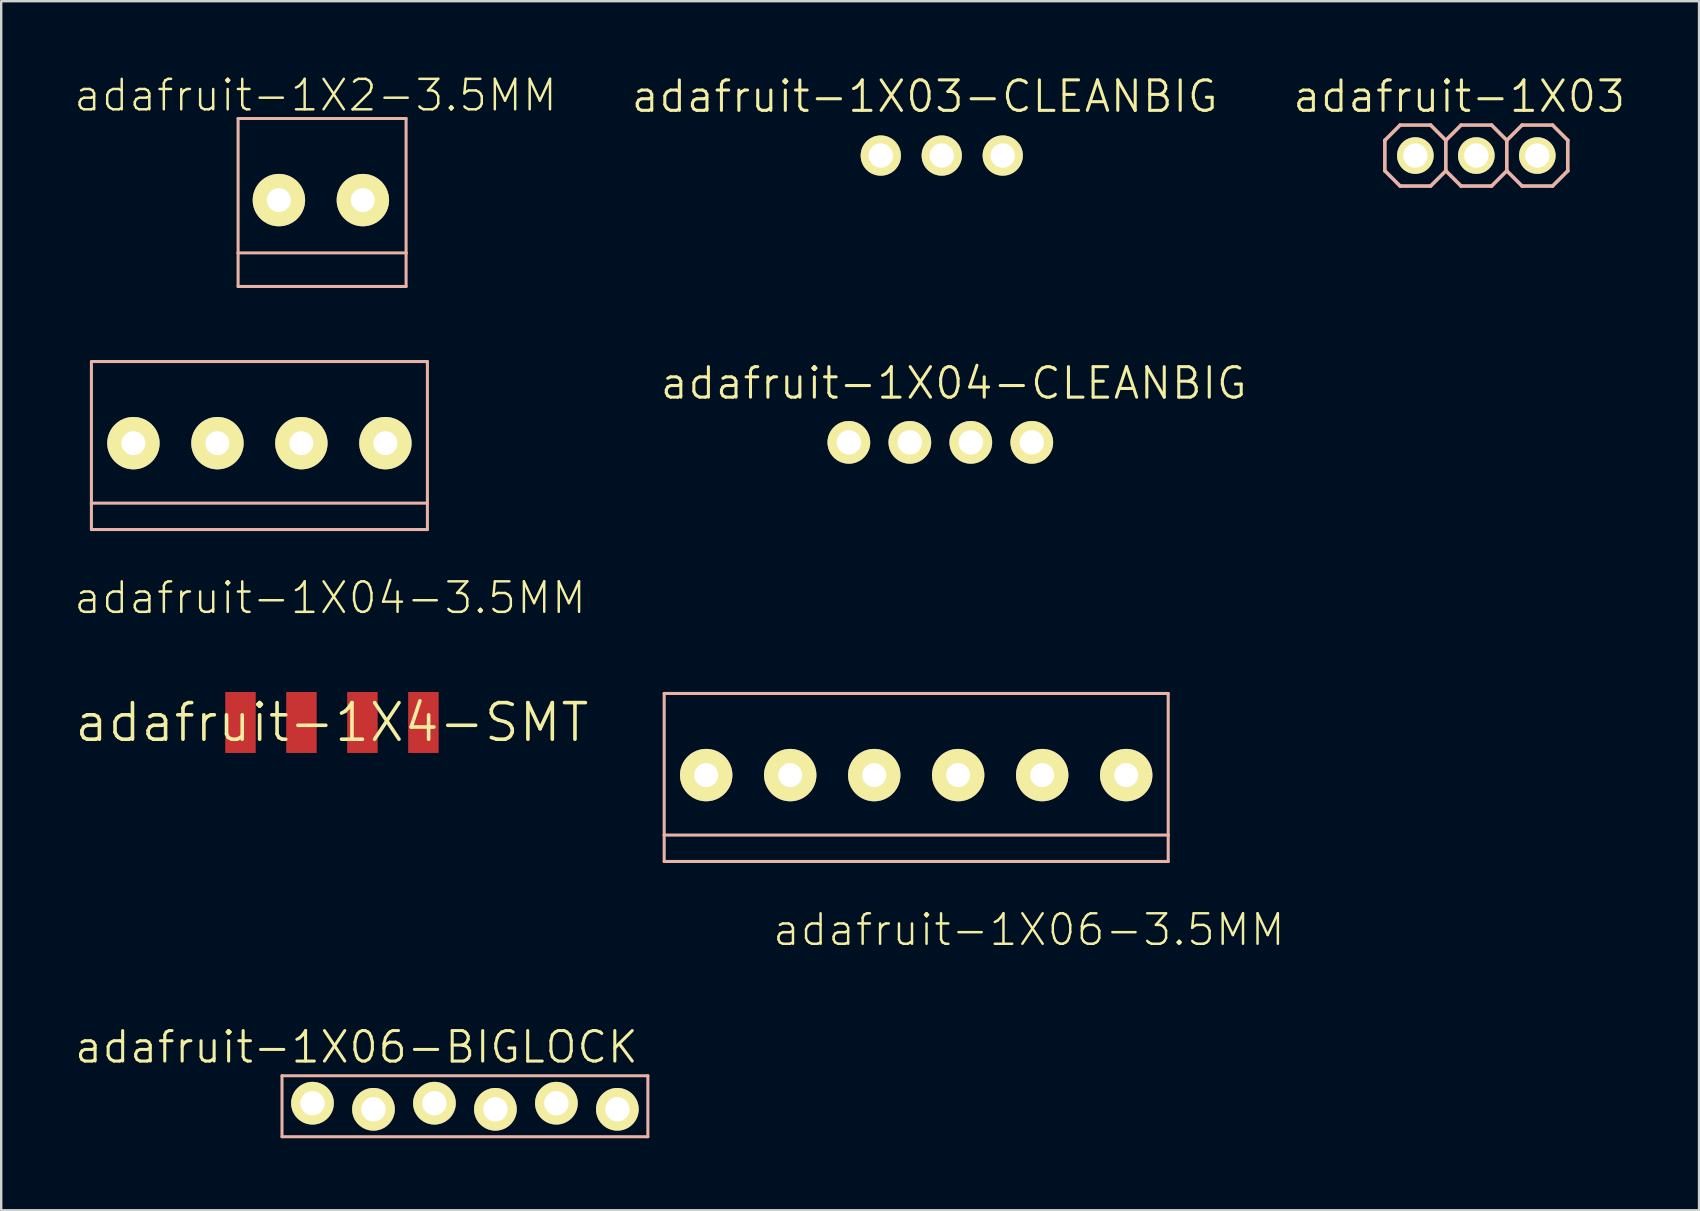
<source format=kicad_pcb>
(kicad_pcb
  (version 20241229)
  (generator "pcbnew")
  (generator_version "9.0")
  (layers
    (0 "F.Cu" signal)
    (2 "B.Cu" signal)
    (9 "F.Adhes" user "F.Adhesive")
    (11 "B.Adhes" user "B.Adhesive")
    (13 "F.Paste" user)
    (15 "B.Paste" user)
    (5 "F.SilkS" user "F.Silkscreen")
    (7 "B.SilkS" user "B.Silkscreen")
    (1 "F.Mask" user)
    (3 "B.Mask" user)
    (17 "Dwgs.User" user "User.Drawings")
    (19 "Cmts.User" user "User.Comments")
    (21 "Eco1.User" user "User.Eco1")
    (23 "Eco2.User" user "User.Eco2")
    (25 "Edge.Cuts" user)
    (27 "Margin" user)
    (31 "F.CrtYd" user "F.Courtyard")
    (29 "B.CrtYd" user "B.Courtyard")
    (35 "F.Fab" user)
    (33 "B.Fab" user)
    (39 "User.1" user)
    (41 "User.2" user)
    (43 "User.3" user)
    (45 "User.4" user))
  (footprint "adafruit-1X06-3.5MM"
    (layer "F.Cu")
    (at 35.115 29.237)
    (property "Reference" "adafruit-1X06-3.5MM" (at 4.694 6.444 180) (layer "F.SilkS") (effects (font (size 1.27 1.27) (thickness 0.102))))
    (attr exclude_from_pos_files exclude_from_bom)
    (fp_line (start -10.498 -3.399) (end -10.498 2.499) (stroke (width 0.127) (type solid)) (layer "B.SilkS"))
    (fp_line (start -10.498 2.499) (end -10.498 3.599) (stroke (width 0.127) (type solid)) (layer "B.SilkS"))
    (fp_line (start -10.498 2.499) (end 10.498 2.499) (stroke (width 0.127) (type solid)) (layer "B.SilkS"))
    (fp_line (start -10.498 3.599) (end 10.498 3.599) (stroke (width 0.127) (type solid)) (layer "B.SilkS"))
    (fp_line (start 10.498 -3.399) (end -10.498 -3.399) (stroke (width 0.127) (type solid)) (layer "B.SilkS"))
    (fp_line (start 10.498 2.499) (end 10.498 -3.399) (stroke (width 0.127) (type solid)) (layer "B.SilkS"))
    (fp_line (start 10.498 3.599) (end 10.498 2.499) (stroke (width 0.127) (type solid)) (layer "B.SilkS"))
    (pad "1" thru_hole circle (at -8.748 0) (size 2.182 2.182) (drill 0.998) (layers "*.Cu" "F.Mask" "F.SilkS" "F.Paste"))
    (pad "2" thru_hole circle (at -5.248 0) (size 2.182 2.182) (drill 0.998) (layers "*.Cu" "F.Mask" "F.SilkS" "F.Paste"))
    (pad "3" thru_hole circle (at -1.748 0) (size 2.182 2.182) (drill 0.998) (layers "*.Cu" "F.Mask" "F.SilkS" "F.Paste"))
    (pad "4" thru_hole circle (at 1.748 0) (size 2.182 2.182) (drill 0.998) (layers "*.Cu" "F.Mask" "F.SilkS" "F.Paste"))
    (pad "5" thru_hole circle (at 5.248 0) (size 2.182 2.182) (drill 0.998) (layers "*.Cu" "F.Mask" "F.SilkS" "F.Paste"))
    (pad "6" thru_hole circle (at 8.748 0) (size 2.182 2.182) (drill 0.998) (layers "*.Cu" "F.Mask" "F.SilkS" "F.Paste")))
  (footprint "adafruit-1X2-3.5MM"
    (layer "F.Cu")
    (at 10.267 5.285)
    (property "Reference" "adafruit-1X2-3.5MM" (at -0.173 -4.364 180) (layer "F.SilkS") (effects (font (size 1.27 1.27) (thickness 0.102))))
    (attr exclude_from_pos_files exclude_from_bom)
    (fp_line (start -3.399 -3.399) (end -3.399 2.2) (stroke (width 0.127) (type solid)) (layer "B.SilkS"))
    (fp_line (start -3.399 2.2) (end -3.399 3.599) (stroke (width 0.127) (type solid)) (layer "B.SilkS"))
    (fp_line (start -3.399 2.2) (end 3.599 2.2) (stroke (width 0.127) (type solid)) (layer "B.SilkS"))
    (fp_line (start -3.399 3.599) (end 3.599 3.599) (stroke (width 0.127) (type solid)) (layer "B.SilkS"))
    (fp_line (start 3.599 -3.399) (end -3.399 -3.399) (stroke (width 0.127) (type solid)) (layer "B.SilkS"))
    (fp_line (start 3.599 2.2) (end 3.599 -3.399) (stroke (width 0.127) (type solid)) (layer "B.SilkS"))
    (fp_line (start 3.599 3.599) (end 3.599 2.2) (stroke (width 0.127) (type solid)) (layer "B.SilkS"))
    (pad "1" thru_hole circle (at 1.798 0) (size 2.182 2.182) (drill 0.998) (layers "*.Cu" "F.Mask" "F.SilkS" "F.Paste"))
    (pad "2" thru_hole circle (at -1.699 0) (size 2.182 2.182) (drill 0.998) (layers "*.Cu" "F.Mask" "F.SilkS" "F.Paste")))
  (footprint "adafruit-1X03"
    (layer "F.Cu")
    (at 58.448 3.43)
    (property "Reference" "adafruit-1X03" (at -0.711 -2.464 0) (layer "F.SilkS") (effects (font (size 1.27 1.27) (thickness 0.127))))
    (attr exclude_from_pos_files exclude_from_bom)
    (fp_line (start -2.794 -0.254) (end -2.286 -0.254) (stroke (width 0.066) (type solid)) (layer "F.SilkS"))
    (fp_line (start -2.794 0.254) (end -2.794 -0.254) (stroke (width 0.066) (type solid)) (layer "F.SilkS"))
    (fp_line (start -2.794 0.254) (end -2.286 0.254) (stroke (width 0.066) (type solid)) (layer "F.SilkS"))
    (fp_line (start -2.286 0.254) (end -2.286 -0.254) (stroke (width 0.066) (type solid)) (layer "F.SilkS"))
    (fp_line (start -0.254 -0.254) (end 0.254 -0.254) (stroke (width 0.066) (type solid)) (layer "F.SilkS"))
    (fp_line (start -0.254 0.254) (end -0.254 -0.254) (stroke (width 0.066) (type solid)) (layer "F.SilkS"))
    (fp_line (start -0.254 0.254) (end 0.254 0.254) (stroke (width 0.066) (type solid)) (layer "F.SilkS"))
    (fp_line (start 0.254 0.254) (end 0.254 -0.254) (stroke (width 0.066) (type solid)) (layer "F.SilkS"))
    (fp_line (start 2.286 -0.254) (end 2.794 -0.254) (stroke (width 0.066) (type solid)) (layer "F.SilkS"))
    (fp_line (start 2.286 0.254) (end 2.286 -0.254) (stroke (width 0.066) (type solid)) (layer "F.SilkS"))
    (fp_line (start 2.286 0.254) (end 2.794 0.254) (stroke (width 0.066) (type solid)) (layer "F.SilkS"))
    (fp_line (start 2.794 0.254) (end 2.794 -0.254) (stroke (width 0.066) (type solid)) (layer "F.SilkS"))
    (fp_line (start -3.81 -0.635) (end -3.81 0.635) (stroke (width 0.152) (type solid)) (layer "B.SilkS"))
    (fp_line (start -3.81 0.635) (end -3.175 1.27) (stroke (width 0.152) (type solid)) (layer "B.SilkS"))
    (fp_line (start -3.175 -1.27) (end -3.81 -0.635) (stroke (width 0.152) (type solid)) (layer "B.SilkS"))
    (fp_line (start -3.175 -1.27) (end -1.905 -1.27) (stroke (width 0.152) (type solid)) (layer "B.SilkS"))
    (fp_line (start -1.905 -1.27) (end -1.27 -0.635) (stroke (width 0.152) (type solid)) (layer "B.SilkS"))
    (fp_line (start -1.905 1.27) (end -3.175 1.27) (stroke (width 0.152) (type solid)) (layer "B.SilkS"))
    (fp_line (start -1.27 -0.635) (end -1.27 0.635) (stroke (width 0.152) (type solid)) (layer "B.SilkS"))
    (fp_line (start -1.27 -0.635) (end -0.635 -1.27) (stroke (width 0.152) (type solid)) (layer "B.SilkS"))
    (fp_line (start -1.27 0.635) (end -1.905 1.27) (stroke (width 0.152) (type solid)) (layer "B.SilkS"))
    (fp_line (start -0.635 -1.27) (end 0.635 -1.27) (stroke (width 0.152) (type solid)) (layer "B.SilkS"))
    (fp_line (start -0.635 1.27) (end -1.27 0.635) (stroke (width 0.152) (type solid)) (layer "B.SilkS"))
    (fp_line (start 0.635 -1.27) (end 1.27 -0.635) (stroke (width 0.152) (type solid)) (layer "B.SilkS"))
    (fp_line (start 0.635 1.27) (end -0.635 1.27) (stroke (width 0.152) (type solid)) (layer "B.SilkS"))
    (fp_line (start 1.27 -0.635) (end 1.27 0.635) (stroke (width 0.152) (type solid)) (layer "B.SilkS"))
    (fp_line (start 1.27 -0.635) (end 1.905 -1.27) (stroke (width 0.152) (type solid)) (layer "B.SilkS"))
    (fp_line (start 1.27 0.635) (end 0.635 1.27) (stroke (width 0.152) (type solid)) (layer "B.SilkS"))
    (fp_line (start 1.905 -1.27) (end 3.175 -1.27) (stroke (width 0.152) (type solid)) (layer "B.SilkS"))
    (fp_line (start 1.905 1.27) (end 1.27 0.635) (stroke (width 0.152) (type solid)) (layer "B.SilkS"))
    (fp_line (start 3.175 -1.27) (end 3.81 -0.635) (stroke (width 0.152) (type solid)) (layer "B.SilkS"))
    (fp_line (start 3.175 1.27) (end 1.905 1.27) (stroke (width 0.152) (type solid)) (layer "B.SilkS"))
    (fp_line (start 3.81 -0.635) (end 3.81 0.635) (stroke (width 0.152) (type solid)) (layer "B.SilkS"))
    (fp_line (start 3.81 0.635) (end 3.175 1.27) (stroke (width 0.152) (type solid)) (layer "B.SilkS"))
    (pad "1" thru_hole circle (at -2.54 0) (size 1.524 1.524) (drill 1.016) (layers "*.Cu" "F.Mask" "F.SilkS" "F.Paste"))
    (pad "2" thru_hole circle (at 0 0) (size 1.524 1.524) (drill 1.016) (layers "*.Cu" "F.Mask" "F.SilkS" "F.Paste"))
    (pad "3" thru_hole circle (at 2.54 0) (size 1.524 1.524) (drill 1.016) (layers "*.Cu" "F.Mask" "F.SilkS" "F.Paste")))
  (footprint "adafruit-1X03-CLEANBIG"
    (layer "F.Cu")
    (at 36.18 3.43)
    (property "Reference" "adafruit-1X03-CLEANBIG" (at -0.711 -2.464 0) (layer "F.SilkS") (effects (font (size 1.27 1.27) (thickness 0.127))))
    (attr exclude_from_pos_files exclude_from_bom)
    (fp_line (start -2.794 -0.254) (end -2.286 -0.254) (stroke (width 0.066) (type solid)) (layer "F.SilkS"))
    (fp_line (start -2.794 0.254) (end -2.794 -0.254) (stroke (width 0.066) (type solid)) (layer "F.SilkS"))
    (fp_line (start -2.794 0.254) (end -2.286 0.254) (stroke (width 0.066) (type solid)) (layer "F.SilkS"))
    (fp_line (start -2.286 0.254) (end -2.286 -0.254) (stroke (width 0.066) (type solid)) (layer "F.SilkS"))
    (fp_line (start -0.254 -0.254) (end 0.254 -0.254) (stroke (width 0.066) (type solid)) (layer "F.SilkS"))
    (fp_line (start -0.254 0.254) (end -0.254 -0.254) (stroke (width 0.066) (type solid)) (layer "F.SilkS"))
    (fp_line (start -0.254 0.254) (end 0.254 0.254) (stroke (width 0.066) (type solid)) (layer "F.SilkS"))
    (fp_line (start 0.254 0.254) (end 0.254 -0.254) (stroke (width 0.066) (type solid)) (layer "F.SilkS"))
    (fp_line (start 2.286 -0.254) (end 2.794 -0.254) (stroke (width 0.066) (type solid)) (layer "F.SilkS"))
    (fp_line (start 2.286 0.254) (end 2.286 -0.254) (stroke (width 0.066) (type solid)) (layer "F.SilkS"))
    (fp_line (start 2.286 0.254) (end 2.794 0.254) (stroke (width 0.066) (type solid)) (layer "F.SilkS"))
    (fp_line (start 2.794 0.254) (end 2.794 -0.254) (stroke (width 0.066) (type solid)) (layer "F.SilkS"))
    (pad "1" thru_hole circle (at -2.54 0) (size 1.676 1.676) (drill 1.016) (layers "*.Cu" "F.Mask" "F.SilkS" "F.Paste"))
    (pad "2" thru_hole circle (at 0 0) (size 1.676 1.676) (drill 1.016) (layers "*.Cu" "F.Mask" "F.SilkS" "F.Paste"))
    (pad "3" thru_hole circle (at 2.54 0) (size 1.676 1.676) (drill 1.016) (layers "*.Cu" "F.Mask" "F.SilkS" "F.Paste")))
  (footprint "adafruit-1X4-SMT"
    (layer "F.Cu")
    (at 10.777 27.045)
    (property "Reference" "adafruit-1X4-SMT" (at 0 0 0) (layer "F.SilkS") (effects (font (size 1.524 1.524) (thickness 0.15))))
    (attr smd)
    (pad "1" smd rect (at -3.81 0) (size 1.27 2.54) (layers "F.Cu" "F.Mask" "F.Paste"))
    (pad "2" smd rect (at -1.27 0) (size 1.27 2.54) (layers "F.Cu" "F.Mask" "F.Paste"))
    (pad "3" smd rect (at 1.27 0) (size 1.27 2.54) (layers "F.Cu" "F.Mask" "F.Paste"))
    (pad "4" smd rect (at 3.81 0) (size 1.27 2.54) (layers "F.Cu" "F.Mask" "F.Paste")))
  (footprint "adafruit-1X04-CLEANBIG"
    (layer "F.Cu")
    (at 36.12 15.377)
    (property "Reference" "adafruit-1X04-CLEANBIG" (at 0.559 -2.464 0) (layer "F.SilkS") (effects (font (size 1.27 1.27) (thickness 0.127))))
    (attr exclude_from_pos_files exclude_from_bom)
    (fp_line (start -4.064 -0.254) (end -3.556 -0.254) (stroke (width 0.066) (type solid)) (layer "F.SilkS"))
    (fp_line (start -4.064 0.254) (end -4.064 -0.254) (stroke (width 0.066) (type solid)) (layer "F.SilkS"))
    (fp_line (start -4.064 0.254) (end -3.556 0.254) (stroke (width 0.066) (type solid)) (layer "F.SilkS"))
    (fp_line (start -3.556 0.254) (end -3.556 -0.254) (stroke (width 0.066) (type solid)) (layer "F.SilkS"))
    (fp_line (start -1.524 -0.254) (end -1.016 -0.254) (stroke (width 0.066) (type solid)) (layer "F.SilkS"))
    (fp_line (start -1.524 0.254) (end -1.524 -0.254) (stroke (width 0.066) (type solid)) (layer "F.SilkS"))
    (fp_line (start -1.524 0.254) (end -1.016 0.254) (stroke (width 0.066) (type solid)) (layer "F.SilkS"))
    (fp_line (start -1.016 0.254) (end -1.016 -0.254) (stroke (width 0.066) (type solid)) (layer "F.SilkS"))
    (fp_line (start 1.016 -0.254) (end 1.524 -0.254) (stroke (width 0.066) (type solid)) (layer "F.SilkS"))
    (fp_line (start 1.016 0.254) (end 1.016 -0.254) (stroke (width 0.066) (type solid)) (layer "F.SilkS"))
    (fp_line (start 1.016 0.254) (end 1.524 0.254) (stroke (width 0.066) (type solid)) (layer "F.SilkS"))
    (fp_line (start 1.524 0.254) (end 1.524 -0.254) (stroke (width 0.066) (type solid)) (layer "F.SilkS"))
    (fp_line (start 3.556 -0.254) (end 4.064 -0.254) (stroke (width 0.066) (type solid)) (layer "F.SilkS"))
    (fp_line (start 3.556 0.254) (end 3.556 -0.254) (stroke (width 0.066) (type solid)) (layer "F.SilkS"))
    (fp_line (start 3.556 0.254) (end 4.064 0.254) (stroke (width 0.066) (type solid)) (layer "F.SilkS"))
    (fp_line (start 4.064 0.254) (end 4.064 -0.254) (stroke (width 0.066) (type solid)) (layer "F.SilkS"))
    (pad "1" thru_hole circle (at -3.81 0) (size 1.778 1.778) (drill 1.016) (layers "*.Cu" "F.Mask" "F.SilkS" "F.Paste"))
    (pad "2" thru_hole circle (at -1.27 0) (size 1.778 1.778) (drill 1.016) (layers "*.Cu" "F.Mask" "F.SilkS" "F.Paste"))
    (pad "3" thru_hole circle (at 1.27 0) (size 1.778 1.778) (drill 1.016) (layers "*.Cu" "F.Mask" "F.SilkS" "F.Paste"))
    (pad "4" thru_hole circle (at 3.81 0) (size 1.778 1.778) (drill 1.016) (layers "*.Cu" "F.Mask" "F.SilkS" "F.Paste")))
  (footprint "adafruit-1X06-BIGLOCK"
    (layer "F.Cu")
    (at 16.317 43.032)
    (property "Reference" "adafruit-1X06-BIGLOCK" (at -4.521 -2.464 0) (layer "F.SilkS") (effects (font (size 1.27 1.27) (thickness 0.127))))
    (attr exclude_from_pos_files exclude_from_bom)
    (fp_line (start -6.604 -0.254) (end -6.096 -0.254) (stroke (width 0.066) (type solid)) (layer "F.SilkS"))
    (fp_line (start -6.604 0.254) (end -6.604 -0.254) (stroke (width 0.066) (type solid)) (layer "F.SilkS"))
    (fp_line (start -6.604 0.254) (end -6.096 0.254) (stroke (width 0.066) (type solid)) (layer "F.SilkS"))
    (fp_line (start -6.096 0.254) (end -6.096 -0.254) (stroke (width 0.066) (type solid)) (layer "F.SilkS"))
    (fp_line (start -4.064 -0.254) (end -3.556 -0.254) (stroke (width 0.066) (type solid)) (layer "F.SilkS"))
    (fp_line (start -4.064 0.254) (end -4.064 -0.254) (stroke (width 0.066) (type solid)) (layer "F.SilkS"))
    (fp_line (start -4.064 0.254) (end -3.556 0.254) (stroke (width 0.066) (type solid)) (layer "F.SilkS"))
    (fp_line (start -3.556 0.254) (end -3.556 -0.254) (stroke (width 0.066) (type solid)) (layer "F.SilkS"))
    (fp_line (start -1.524 -0.254) (end -1.016 -0.254) (stroke (width 0.066) (type solid)) (layer "F.SilkS"))
    (fp_line (start -1.524 0.254) (end -1.524 -0.254) (stroke (width 0.066) (type solid)) (layer "F.SilkS"))
    (fp_line (start -1.524 0.254) (end -1.016 0.254) (stroke (width 0.066) (type solid)) (layer "F.SilkS"))
    (fp_line (start -1.016 0.254) (end -1.016 -0.254) (stroke (width 0.066) (type solid)) (layer "F.SilkS"))
    (fp_line (start 1.016 -0.254) (end 1.524 -0.254) (stroke (width 0.066) (type solid)) (layer "F.SilkS"))
    (fp_line (start 1.016 0.254) (end 1.016 -0.254) (stroke (width 0.066) (type solid)) (layer "F.SilkS"))
    (fp_line (start 1.016 0.254) (end 1.524 0.254) (stroke (width 0.066) (type solid)) (layer "F.SilkS"))
    (fp_line (start 1.524 0.254) (end 1.524 -0.254) (stroke (width 0.066) (type solid)) (layer "F.SilkS"))
    (fp_line (start 3.556 -0.254) (end 4.064 -0.254) (stroke (width 0.066) (type solid)) (layer "F.SilkS"))
    (fp_line (start 3.556 0.254) (end 3.556 -0.254) (stroke (width 0.066) (type solid)) (layer "F.SilkS"))
    (fp_line (start 3.556 0.254) (end 4.064 0.254) (stroke (width 0.066) (type solid)) (layer "F.SilkS"))
    (fp_line (start 4.064 0.254) (end 4.064 -0.254) (stroke (width 0.066) (type solid)) (layer "F.SilkS"))
    (fp_line (start 6.096 -0.254) (end 6.604 -0.254) (stroke (width 0.066) (type solid)) (layer "F.SilkS"))
    (fp_line (start 6.096 0.254) (end 6.096 -0.254) (stroke (width 0.066) (type solid)) (layer "F.SilkS"))
    (fp_line (start 6.096 0.254) (end 6.604 0.254) (stroke (width 0.066) (type solid)) (layer "F.SilkS"))
    (fp_line (start 6.604 0.254) (end 6.604 -0.254) (stroke (width 0.066) (type solid)) (layer "F.SilkS"))
    (fp_line (start -7.62 -1.27) (end 7.62 -1.27) (stroke (width 0.127) (type solid)) (layer "B.SilkS"))
    (fp_line (start -7.62 1.27) (end -7.62 -1.27) (stroke (width 0.127) (type solid)) (layer "B.SilkS"))
    (fp_line (start 7.62 -1.27) (end 7.62 1.27) (stroke (width 0.127) (type solid)) (layer "B.SilkS"))
    (fp_line (start 7.62 1.27) (end -7.62 1.27) (stroke (width 0.127) (type solid)) (layer "B.SilkS"))
    (pad "1" thru_hole circle (at -6.35 -0.127) (size 1.778 1.778) (drill 1.016) (layers "*.Cu" "F.Mask" "F.SilkS" "F.Paste"))
    (pad "2" thru_hole circle (at -3.81 0.127) (size 1.778 1.778) (drill 1.016) (layers "*.Cu" "F.Mask" "F.SilkS" "F.Paste"))
    (pad "3" thru_hole circle (at -1.27 -0.127) (size 1.778 1.778) (drill 1.016) (layers "*.Cu" "F.Mask" "F.SilkS" "F.Paste"))
    (pad "4" thru_hole circle (at 1.27 0.127) (size 1.778 1.778) (drill 1.016) (layers "*.Cu" "F.Mask" "F.SilkS" "F.Paste"))
    (pad "5" thru_hole circle (at 3.81 -0.127) (size 1.778 1.778) (drill 1.016) (layers "*.Cu" "F.Mask" "F.SilkS" "F.Paste"))
    (pad "6" thru_hole circle (at 6.35 0.127) (size 1.778 1.778) (drill 1.016) (layers "*.Cu" "F.Mask" "F.SilkS" "F.Paste")))
  (footprint "adafruit-1X04-3.5MM"
    (layer "F.Cu")
    (at 7.756 15.41)
    (property "Reference" "adafruit-1X04-3.5MM" (at 2.944 6.444 180) (layer "F.SilkS") (effects (font (size 1.27 1.27) (thickness 0.102))))
    (attr exclude_from_pos_files exclude_from_bom)
    (fp_line (start -6.998 -3.399) (end -6.998 2.499) (stroke (width 0.127) (type solid)) (layer "B.SilkS"))
    (fp_line (start -6.998 2.499) (end -6.998 3.599) (stroke (width 0.127) (type solid)) (layer "B.SilkS"))
    (fp_line (start -6.998 2.499) (end 6.998 2.499) (stroke (width 0.127) (type solid)) (layer "B.SilkS"))
    (fp_line (start -6.998 3.599) (end 6.998 3.599) (stroke (width 0.127) (type solid)) (layer "B.SilkS"))
    (fp_line (start 6.998 -3.399) (end -6.998 -3.399) (stroke (width 0.127) (type solid)) (layer "B.SilkS"))
    (fp_line (start 6.998 2.499) (end 6.998 -3.399) (stroke (width 0.127) (type solid)) (layer "B.SilkS"))
    (fp_line (start 6.998 3.599) (end 6.998 2.499) (stroke (width 0.127) (type solid)) (layer "B.SilkS"))
    (pad "1" thru_hole circle (at -5.248 0) (size 2.182 2.182) (drill 0.998) (layers "*.Cu" "F.Mask" "F.SilkS" "F.Paste"))
    (pad "2" thru_hole circle (at -1.748 0) (size 2.182 2.182) (drill 0.998) (layers "*.Cu" "F.Mask" "F.SilkS" "F.Paste"))
    (pad "3" thru_hole circle (at 1.748 0) (size 2.182 2.182) (drill 0.998) (layers "*.Cu" "F.Mask" "F.SilkS" "F.Paste"))
    (pad "4" thru_hole circle (at 5.248 0) (size 2.182 2.182) (drill 0.998) (layers "*.Cu" "F.Mask" "F.SilkS" "F.Paste")))
  (gr_rect
    (start -3 -3)
    (end 67.725 47.365)
    (stroke (width 0.1) (type default))
    (fill no)
    (layer "Edge.Cuts")))
</source>
